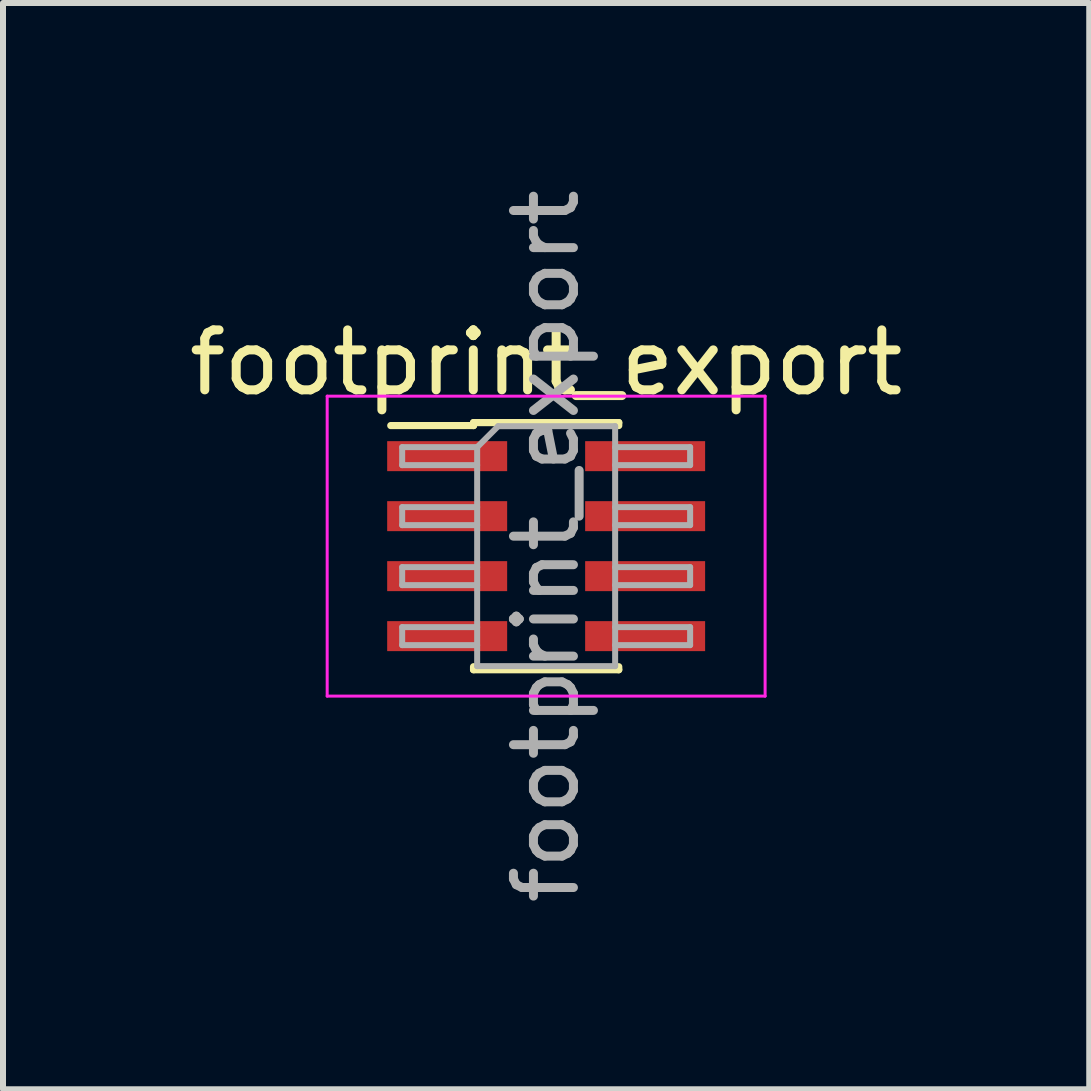
<source format=kicad_pcb>
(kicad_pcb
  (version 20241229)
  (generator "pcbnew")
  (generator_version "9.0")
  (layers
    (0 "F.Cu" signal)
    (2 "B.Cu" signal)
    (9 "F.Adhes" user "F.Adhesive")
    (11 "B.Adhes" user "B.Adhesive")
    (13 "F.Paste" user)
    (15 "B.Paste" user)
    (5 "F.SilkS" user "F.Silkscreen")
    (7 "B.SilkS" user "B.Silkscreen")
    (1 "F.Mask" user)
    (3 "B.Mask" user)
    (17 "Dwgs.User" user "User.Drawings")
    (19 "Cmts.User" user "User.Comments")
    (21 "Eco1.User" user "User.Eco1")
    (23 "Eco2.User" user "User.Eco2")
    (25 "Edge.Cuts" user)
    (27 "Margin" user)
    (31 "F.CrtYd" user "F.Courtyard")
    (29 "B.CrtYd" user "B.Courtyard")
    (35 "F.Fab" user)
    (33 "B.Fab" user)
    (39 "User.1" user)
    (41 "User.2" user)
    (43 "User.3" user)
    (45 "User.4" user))
  (footprint "footprint_export"
    (layer "F.Cu")
    (at 6.054 6.054)
    (property "Reference" "footprint_export" (at 0 -3.06 0) (layer "F.SilkS") (effects (font (size 1 1) (thickness 0.15))))
    (attr smd)
    (fp_line (start -2.59 -2.01) (end -1.21 -2.01) (stroke (width 0.12) (type solid)) (layer "F.SilkS"))
    (fp_line (start -1.21 -2.06) (end -1.21 -2.01) (stroke (width 0.12) (type solid)) (layer "F.SilkS"))
    (fp_line (start -1.21 -2.06) (end 1.21 -2.06) (stroke (width 0.12) (type solid)) (layer "F.SilkS"))
    (fp_line (start -1.21 2.01) (end -1.21 2.06) (stroke (width 0.12) (type solid)) (layer "F.SilkS"))
    (fp_line (start -1.21 2.06) (end 1.21 2.06) (stroke (width 0.12) (type solid)) (layer "F.SilkS"))
    (fp_line (start 1.21 -2.06) (end 1.21 -2.01) (stroke (width 0.12) (type solid)) (layer "F.SilkS"))
    (fp_line (start 1.21 2.01) (end 1.21 2.06) (stroke (width 0.12) (type solid)) (layer "F.SilkS"))
    (fp_line (start -3.65 -2.5) (end -3.65 2.5) (stroke (width 0.05) (type solid)) (layer "F.CrtYd"))
    (fp_line (start -3.65 2.5) (end 3.65 2.5) (stroke (width 0.05) (type solid)) (layer "F.CrtYd"))
    (fp_line (start 3.65 -2.5) (end -3.65 -2.5) (stroke (width 0.05) (type solid)) (layer "F.CrtYd"))
    (fp_line (start 3.65 2.5) (end 3.65 -2.5) (stroke (width 0.05) (type solid)) (layer "F.CrtYd"))
    (fp_line (start -2.4 -1.65) (end -2.4 -1.35) (stroke (width 0.1) (type solid)) (layer "F.Fab"))
    (fp_line (start -2.4 -1.35) (end -1.15 -1.35) (stroke (width 0.1) (type solid)) (layer "F.Fab"))
    (fp_line (start -2.4 -0.65) (end -2.4 -0.35) (stroke (width 0.1) (type solid)) (layer "F.Fab"))
    (fp_line (start -2.4 -0.35) (end -1.15 -0.35) (stroke (width 0.1) (type solid)) (layer "F.Fab"))
    (fp_line (start -2.4 0.35) (end -2.4 0.65) (stroke (width 0.1) (type solid)) (layer "F.Fab"))
    (fp_line (start -2.4 0.65) (end -1.15 0.65) (stroke (width 0.1) (type solid)) (layer "F.Fab"))
    (fp_line (start -2.4 1.35) (end -2.4 1.65) (stroke (width 0.1) (type solid)) (layer "F.Fab"))
    (fp_line (start -2.4 1.65) (end -1.15 1.65) (stroke (width 0.1) (type solid)) (layer "F.Fab"))
    (fp_line (start -1.15 -1.65) (end -2.4 -1.65) (stroke (width 0.1) (type solid)) (layer "F.Fab"))
    (fp_line (start -1.15 -1.65) (end -0.8 -2) (stroke (width 0.1) (type solid)) (layer "F.Fab"))
    (fp_line (start -1.15 -0.65) (end -2.4 -0.65) (stroke (width 0.1) (type solid)) (layer "F.Fab"))
    (fp_line (start -1.15 0.35) (end -2.4 0.35) (stroke (width 0.1) (type solid)) (layer "F.Fab"))
    (fp_line (start -1.15 1.35) (end -2.4 1.35) (stroke (width 0.1) (type solid)) (layer "F.Fab"))
    (fp_line (start -1.15 2) (end -1.15 -1.65) (stroke (width 0.1) (type solid)) (layer "F.Fab"))
    (fp_line (start -0.8 -2) (end 1.15 -2) (stroke (width 0.1) (type solid)) (layer "F.Fab"))
    (fp_line (start 1.15 -2) (end 1.15 2) (stroke (width 0.1) (type solid)) (layer "F.Fab"))
    (fp_line (start 1.15 -1.65) (end 2.4 -1.65) (stroke (width 0.1) (type solid)) (layer "F.Fab"))
    (fp_line (start 1.15 -0.65) (end 2.4 -0.65) (stroke (width 0.1) (type solid)) (layer "F.Fab"))
    (fp_line (start 1.15 0.35) (end 2.4 0.35) (stroke (width 0.1) (type solid)) (layer "F.Fab"))
    (fp_line (start 1.15 1.35) (end 2.4 1.35) (stroke (width 0.1) (type solid)) (layer "F.Fab"))
    (fp_line (start 1.15 2) (end -1.15 2) (stroke (width 0.1) (type solid)) (layer "F.Fab"))
    (fp_line (start 2.4 -1.65) (end 2.4 -1.35) (stroke (width 0.1) (type solid)) (layer "F.Fab"))
    (fp_line (start 2.4 -1.35) (end 1.15 -1.35) (stroke (width 0.1) (type solid)) (layer "F.Fab"))
    (fp_line (start 2.4 -0.65) (end 2.4 -0.35) (stroke (width 0.1) (type solid)) (layer "F.Fab"))
    (fp_line (start 2.4 -0.35) (end 1.15 -0.35) (stroke (width 0.1) (type solid)) (layer "F.Fab"))
    (fp_line (start 2.4 0.35) (end 2.4 0.65) (stroke (width 0.1) (type solid)) (layer "F.Fab"))
    (fp_line (start 2.4 0.65) (end 1.15 0.65) (stroke (width 0.1) (type solid)) (layer "F.Fab"))
    (fp_line (start 2.4 1.35) (end 2.4 1.65) (stroke (width 0.1) (type solid)) (layer "F.Fab"))
    (fp_line (start 2.4 1.65) (end 1.15 1.65) (stroke (width 0.1) (type solid)) (layer "F.Fab"))
    (fp_text user "${REFERENCE}" (at 0 0 90) (layer "F.Fab") (effects (font (size 1 1) (thickness 0.15))))
    (pad "1" smd rect (at -1.65 -1.5) (size 2 0.5) (layers "F.Cu" "F.Mask" "F.Paste"))
    (pad "2" smd rect (at 1.65 -1.5) (size 2 0.5) (layers "F.Cu" "F.Mask" "F.Paste"))
    (pad "3" smd rect (at -1.65 -0.5) (size 2 0.5) (layers "F.Cu" "F.Mask" "F.Paste"))
    (pad "4" smd rect (at 1.65 -0.5) (size 2 0.5) (layers "F.Cu" "F.Mask" "F.Paste"))
    (pad "5" smd rect (at -1.65 0.5) (size 2 0.5) (layers "F.Cu" "F.Mask" "F.Paste"))
    (pad "6" smd rect (at 1.65 0.5) (size 2 0.5) (layers "F.Cu" "F.Mask" "F.Paste"))
    (pad "7" smd rect (at -1.65 1.5) (size 2 0.5) (layers "F.Cu" "F.Mask" "F.Paste"))
    (pad "8" smd rect (at 1.65 1.5) (size 2 0.5) (layers "F.Cu" "F.Mask" "F.Paste")))
  (gr_rect
    (start -3 -3)
    (end 15.107 15.107)
    (stroke (width 0.1) (type default))
    (fill no)
    (layer "Edge.Cuts")))
</source>
